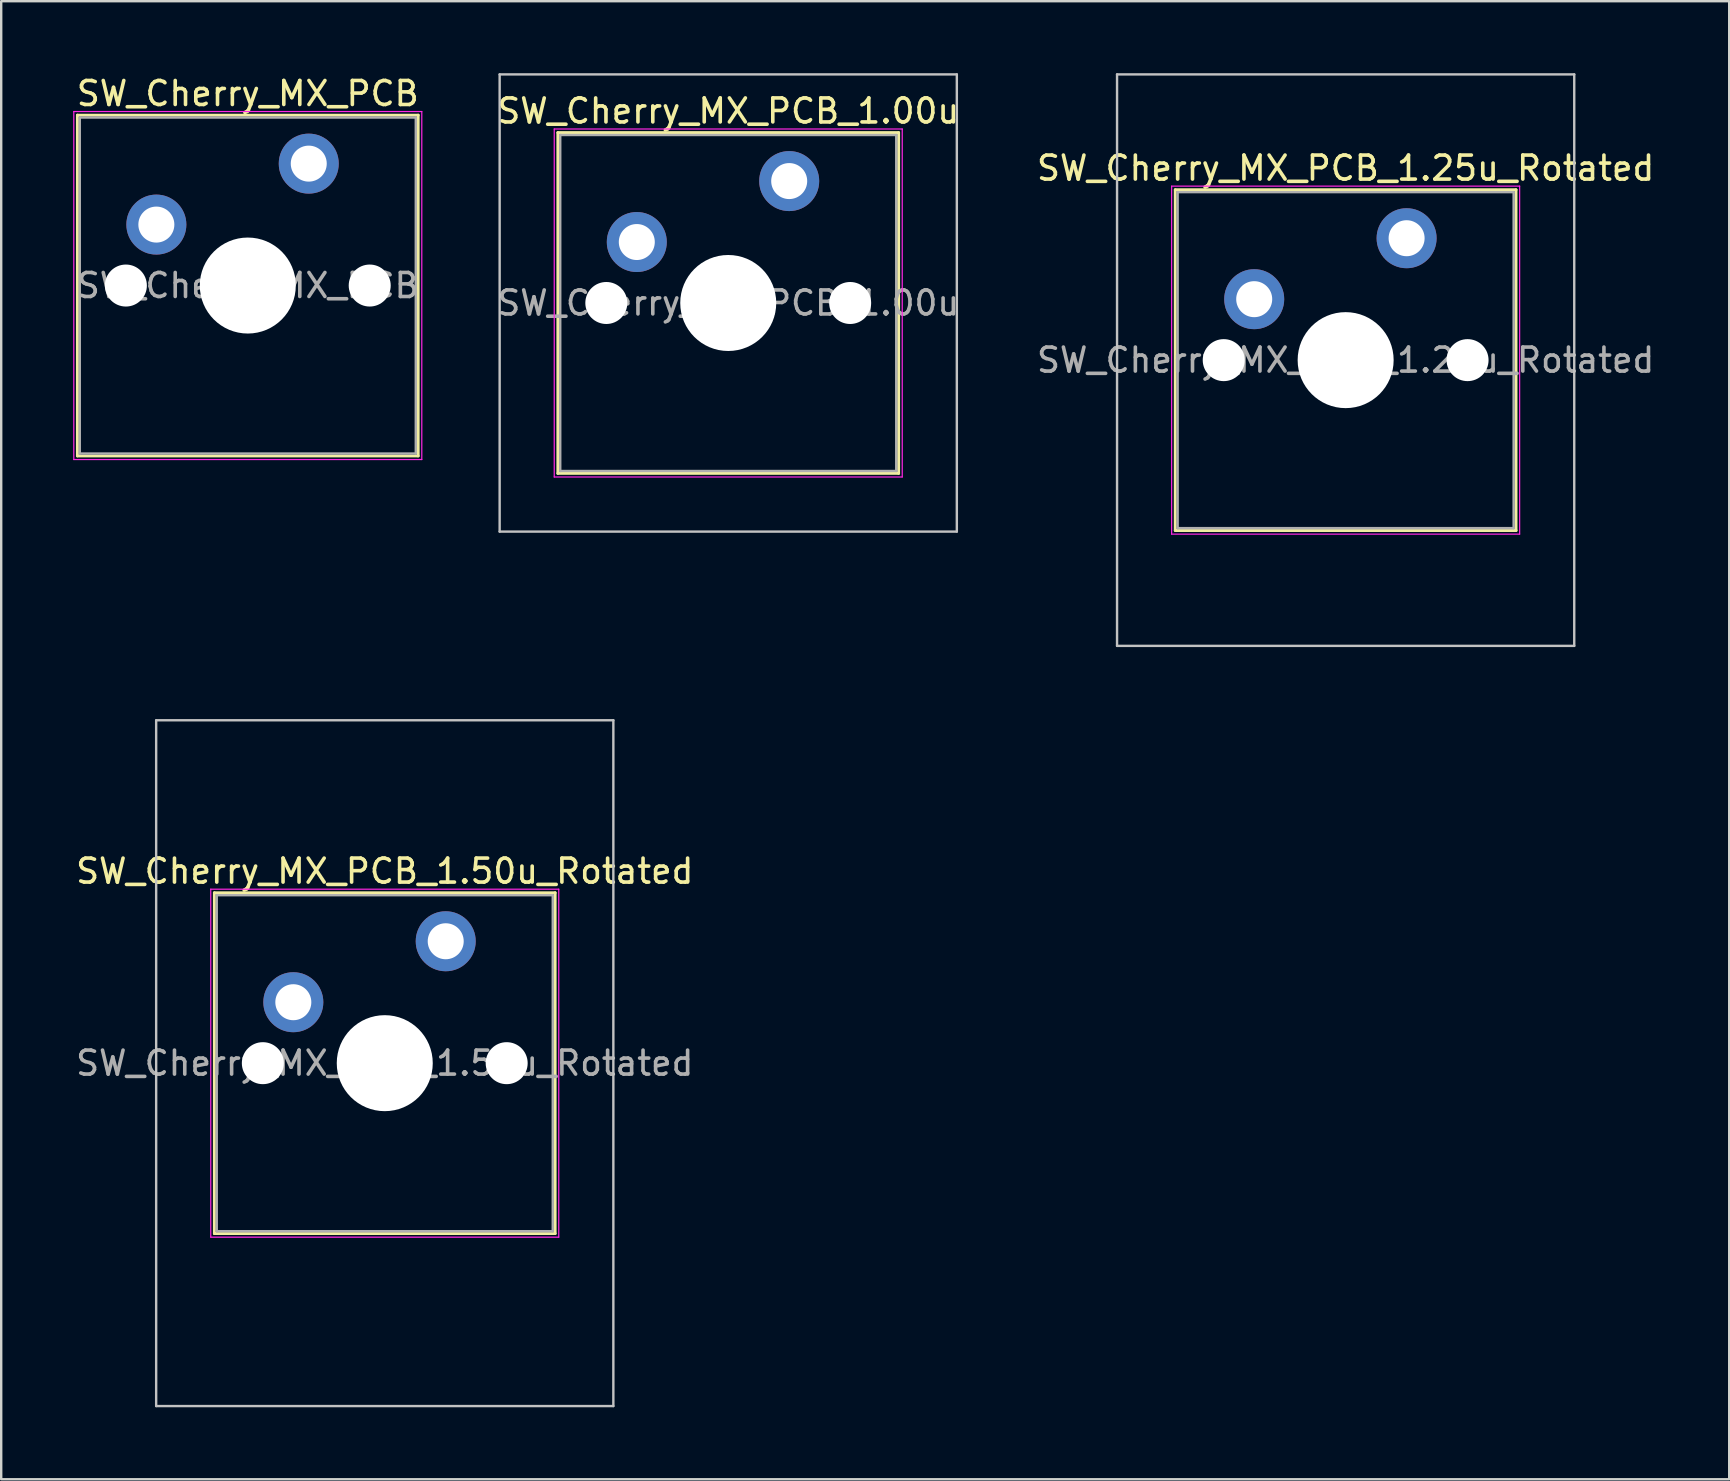
<source format=kicad_pcb>
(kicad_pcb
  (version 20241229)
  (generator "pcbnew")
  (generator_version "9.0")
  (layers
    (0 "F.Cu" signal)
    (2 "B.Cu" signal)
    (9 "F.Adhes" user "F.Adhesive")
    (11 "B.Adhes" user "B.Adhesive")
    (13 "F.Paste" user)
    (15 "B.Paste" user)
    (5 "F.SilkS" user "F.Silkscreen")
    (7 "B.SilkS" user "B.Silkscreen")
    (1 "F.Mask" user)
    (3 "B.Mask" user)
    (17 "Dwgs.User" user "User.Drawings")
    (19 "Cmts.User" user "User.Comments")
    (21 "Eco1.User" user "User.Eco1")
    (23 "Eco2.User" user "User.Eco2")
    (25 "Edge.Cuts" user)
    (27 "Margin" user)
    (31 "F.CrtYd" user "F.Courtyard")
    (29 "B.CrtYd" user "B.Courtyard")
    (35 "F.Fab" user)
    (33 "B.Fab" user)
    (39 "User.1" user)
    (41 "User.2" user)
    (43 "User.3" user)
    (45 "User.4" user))
  (footprint "SW_Cherry_MX_PCB_1.25u_Rotated"
    (layer "F.Cu")
    (at 53.02 11.956)
    (property "Reference" "SW_Cherry_MX_PCB_1.25u_Rotated" (at 0 -8 0) (layer "F.SilkS") (effects (font (size 1 1) (thickness 0.15))))
    (attr through_hole)
    (fp_line (start -7.1 -7.1) (end -7.1 7.1) (stroke (width 0.12) (type solid)) (layer "F.SilkS"))
    (fp_line (start -7.1 7.1) (end 7.1 7.1) (stroke (width 0.12) (type solid)) (layer "F.SilkS"))
    (fp_line (start 7.1 -7.1) (end -7.1 -7.1) (stroke (width 0.12) (type solid)) (layer "F.SilkS"))
    (fp_line (start 7.1 7.1) (end 7.1 -7.1) (stroke (width 0.12) (type solid)) (layer "F.SilkS"))
    (fp_line (start -9.525 -11.906) (end -9.525 11.906) (stroke (width 0.1) (type solid)) (layer "Dwgs.User"))
    (fp_line (start -9.525 11.906) (end 9.525 11.906) (stroke (width 0.1) (type solid)) (layer "Dwgs.User"))
    (fp_line (start 9.525 -11.906) (end -9.525 -11.906) (stroke (width 0.1) (type solid)) (layer "Dwgs.User"))
    (fp_line (start 9.525 11.906) (end 9.525 -11.906) (stroke (width 0.1) (type solid)) (layer "Dwgs.User"))
    (fp_line (start -7.25 -7.25) (end -7.25 7.25) (stroke (width 0.05) (type solid)) (layer "F.CrtYd"))
    (fp_line (start -7.25 7.25) (end 7.25 7.25) (stroke (width 0.05) (type solid)) (layer "F.CrtYd"))
    (fp_line (start 7.25 -7.25) (end -7.25 -7.25) (stroke (width 0.05) (type solid)) (layer "F.CrtYd"))
    (fp_line (start 7.25 7.25) (end 7.25 -7.25) (stroke (width 0.05) (type solid)) (layer "F.CrtYd"))
    (fp_line (start -7 -7) (end -7 7) (stroke (width 0.1) (type solid)) (layer "F.Fab"))
    (fp_line (start -7 7) (end 7 7) (stroke (width 0.1) (type solid)) (layer "F.Fab"))
    (fp_line (start 7 -7) (end -7 -7) (stroke (width 0.1) (type solid)) (layer "F.Fab"))
    (fp_line (start 7 7) (end 7 -7) (stroke (width 0.1) (type solid)) (layer "F.Fab"))
    (fp_text user "${REFERENCE}" (at 0 0 0) (layer "F.Fab") (effects (font (size 1 1) (thickness 0.15))))
    (pad "" np_thru_hole circle (at -5.08 0) (size 1.75 1.75) (drill 1.75) (layers "*.Cu" "*.Mask"))
    (pad "" np_thru_hole circle (at 0 0) (size 4 4) (drill 4) (layers "*.Cu" "*.Mask"))
    (pad "" np_thru_hole circle (at 5.08 0) (size 1.75 1.75) (drill 1.75) (layers "*.Cu" "*.Mask"))
    (pad "1" thru_hole circle (at -3.81 -2.54) (size 2.5 2.5) (drill 1.5) (layers "*.Cu" "B.Mask"))
    (pad "2" thru_hole circle (at 2.54 -5.08) (size 2.5 2.5) (drill 1.5) (layers "*.Cu" "B.Mask")))
  (footprint "SW_Cherry_MX_PCB"
    (layer "F.Cu")
    (at 7.275 8.848)
    (property "Reference" "SW_Cherry_MX_PCB" (at 0 -8 0) (layer "F.SilkS") (effects (font (size 1 1) (thickness 0.15))))
    (attr through_hole)
    (fp_line (start -7.1 -7.1) (end -7.1 7.1) (stroke (width 0.12) (type solid)) (layer "F.SilkS"))
    (fp_line (start -7.1 7.1) (end 7.1 7.1) (stroke (width 0.12) (type solid)) (layer "F.SilkS"))
    (fp_line (start 7.1 -7.1) (end -7.1 -7.1) (stroke (width 0.12) (type solid)) (layer "F.SilkS"))
    (fp_line (start 7.1 7.1) (end 7.1 -7.1) (stroke (width 0.12) (type solid)) (layer "F.SilkS"))
    (fp_line (start -7.25 -7.25) (end -7.25 7.25) (stroke (width 0.05) (type solid)) (layer "F.CrtYd"))
    (fp_line (start -7.25 7.25) (end 7.25 7.25) (stroke (width 0.05) (type solid)) (layer "F.CrtYd"))
    (fp_line (start 7.25 -7.25) (end -7.25 -7.25) (stroke (width 0.05) (type solid)) (layer "F.CrtYd"))
    (fp_line (start 7.25 7.25) (end 7.25 -7.25) (stroke (width 0.05) (type solid)) (layer "F.CrtYd"))
    (fp_line (start -7 -7) (end -7 7) (stroke (width 0.1) (type solid)) (layer "F.Fab"))
    (fp_line (start -7 7) (end 7 7) (stroke (width 0.1) (type solid)) (layer "F.Fab"))
    (fp_line (start 7 -7) (end -7 -7) (stroke (width 0.1) (type solid)) (layer "F.Fab"))
    (fp_line (start 7 7) (end 7 -7) (stroke (width 0.1) (type solid)) (layer "F.Fab"))
    (fp_text user "${REFERENCE}" (at 0 0 0) (layer "F.Fab") (effects (font (size 1 1) (thickness 0.15))))
    (pad "" np_thru_hole circle (at -5.08 0) (size 1.75 1.75) (drill 1.75) (layers "*.Cu" "*.Mask"))
    (pad "" np_thru_hole circle (at 0 0) (size 4 4) (drill 4) (layers "*.Cu" "*.Mask"))
    (pad "" np_thru_hole circle (at 5.08 0) (size 1.75 1.75) (drill 1.75) (layers "*.Cu" "*.Mask"))
    (pad "1" thru_hole circle (at -3.81 -2.54) (size 2.5 2.5) (drill 1.5) (layers "*.Cu" "B.Mask"))
    (pad "2" thru_hole circle (at 2.54 -5.08) (size 2.5 2.5) (drill 1.5) (layers "*.Cu" "B.Mask")))
  (footprint "SW_Cherry_MX_PCB_1.00u"
    (layer "F.Cu")
    (at 27.294 9.575)
    (property "Reference" "SW_Cherry_MX_PCB_1.00u" (at 0 -8 0) (layer "F.SilkS") (effects (font (size 1 1) (thickness 0.15))))
    (attr through_hole)
    (fp_line (start -7.1 -7.1) (end -7.1 7.1) (stroke (width 0.12) (type solid)) (layer "F.SilkS"))
    (fp_line (start -7.1 7.1) (end 7.1 7.1) (stroke (width 0.12) (type solid)) (layer "F.SilkS"))
    (fp_line (start 7.1 -7.1) (end -7.1 -7.1) (stroke (width 0.12) (type solid)) (layer "F.SilkS"))
    (fp_line (start 7.1 7.1) (end 7.1 -7.1) (stroke (width 0.12) (type solid)) (layer "F.SilkS"))
    (fp_line (start -9.525 -9.525) (end -9.525 9.525) (stroke (width 0.1) (type solid)) (layer "Dwgs.User"))
    (fp_line (start -9.525 9.525) (end 9.525 9.525) (stroke (width 0.1) (type solid)) (layer "Dwgs.User"))
    (fp_line (start 9.525 -9.525) (end -9.525 -9.525) (stroke (width 0.1) (type solid)) (layer "Dwgs.User"))
    (fp_line (start 9.525 9.525) (end 9.525 -9.525) (stroke (width 0.1) (type solid)) (layer "Dwgs.User"))
    (fp_line (start -7.25 -7.25) (end -7.25 7.25) (stroke (width 0.05) (type solid)) (layer "F.CrtYd"))
    (fp_line (start -7.25 7.25) (end 7.25 7.25) (stroke (width 0.05) (type solid)) (layer "F.CrtYd"))
    (fp_line (start 7.25 -7.25) (end -7.25 -7.25) (stroke (width 0.05) (type solid)) (layer "F.CrtYd"))
    (fp_line (start 7.25 7.25) (end 7.25 -7.25) (stroke (width 0.05) (type solid)) (layer "F.CrtYd"))
    (fp_line (start -7 -7) (end -7 7) (stroke (width 0.1) (type solid)) (layer "F.Fab"))
    (fp_line (start -7 7) (end 7 7) (stroke (width 0.1) (type solid)) (layer "F.Fab"))
    (fp_line (start 7 -7) (end -7 -7) (stroke (width 0.1) (type solid)) (layer "F.Fab"))
    (fp_line (start 7 7) (end 7 -7) (stroke (width 0.1) (type solid)) (layer "F.Fab"))
    (fp_text user "${REFERENCE}" (at 0 0 0) (layer "F.Fab") (effects (font (size 1 1) (thickness 0.15))))
    (pad "" np_thru_hole circle (at -5.08 0) (size 1.75 1.75) (drill 1.75) (layers "*.Cu" "*.Mask"))
    (pad "" np_thru_hole circle (at 0 0) (size 4 4) (drill 4) (layers "*.Cu" "*.Mask"))
    (pad "" np_thru_hole circle (at 5.08 0) (size 1.75 1.75) (drill 1.75) (layers "*.Cu" "*.Mask"))
    (pad "1" thru_hole circle (at -3.81 -2.54) (size 2.5 2.5) (drill 1.5) (layers "*.Cu" "B.Mask"))
    (pad "2" thru_hole circle (at 2.54 -5.08) (size 2.5 2.5) (drill 1.5) (layers "*.Cu" "B.Mask")))
  (footprint "SW_Cherry_MX_PCB_1.50u_Rotated"
    (layer "F.Cu")
    (at 12.982 41.25)
    (property "Reference" "SW_Cherry_MX_PCB_1.50u_Rotated" (at 0 -8 0) (layer "F.SilkS") (effects (font (size 1 1) (thickness 0.15))))
    (attr through_hole)
    (fp_line (start -7.1 -7.1) (end -7.1 7.1) (stroke (width 0.12) (type solid)) (layer "F.SilkS"))
    (fp_line (start -7.1 7.1) (end 7.1 7.1) (stroke (width 0.12) (type solid)) (layer "F.SilkS"))
    (fp_line (start 7.1 -7.1) (end -7.1 -7.1) (stroke (width 0.12) (type solid)) (layer "F.SilkS"))
    (fp_line (start 7.1 7.1) (end 7.1 -7.1) (stroke (width 0.12) (type solid)) (layer "F.SilkS"))
    (fp_line (start -9.525 -14.287) (end -9.525 14.287) (stroke (width 0.1) (type solid)) (layer "Dwgs.User"))
    (fp_line (start -9.525 14.287) (end 9.525 14.287) (stroke (width 0.1) (type solid)) (layer "Dwgs.User"))
    (fp_line (start 9.525 -14.287) (end -9.525 -14.287) (stroke (width 0.1) (type solid)) (layer "Dwgs.User"))
    (fp_line (start 9.525 14.287) (end 9.525 -14.287) (stroke (width 0.1) (type solid)) (layer "Dwgs.User"))
    (fp_line (start -7.25 -7.25) (end -7.25 7.25) (stroke (width 0.05) (type solid)) (layer "F.CrtYd"))
    (fp_line (start -7.25 7.25) (end 7.25 7.25) (stroke (width 0.05) (type solid)) (layer "F.CrtYd"))
    (fp_line (start 7.25 -7.25) (end -7.25 -7.25) (stroke (width 0.05) (type solid)) (layer "F.CrtYd"))
    (fp_line (start 7.25 7.25) (end 7.25 -7.25) (stroke (width 0.05) (type solid)) (layer "F.CrtYd"))
    (fp_line (start -7 -7) (end -7 7) (stroke (width 0.1) (type solid)) (layer "F.Fab"))
    (fp_line (start -7 7) (end 7 7) (stroke (width 0.1) (type solid)) (layer "F.Fab"))
    (fp_line (start 7 -7) (end -7 -7) (stroke (width 0.1) (type solid)) (layer "F.Fab"))
    (fp_line (start 7 7) (end 7 -7) (stroke (width 0.1) (type solid)) (layer "F.Fab"))
    (fp_text user "${REFERENCE}" (at 0 0 0) (layer "F.Fab") (effects (font (size 1 1) (thickness 0.15))))
    (pad "" np_thru_hole circle (at -5.08 0) (size 1.75 1.75) (drill 1.75) (layers "*.Cu" "*.Mask"))
    (pad "" np_thru_hole circle (at 0 0) (size 4 4) (drill 4) (layers "*.Cu" "*.Mask"))
    (pad "" np_thru_hole circle (at 5.08 0) (size 1.75 1.75) (drill 1.75) (layers "*.Cu" "*.Mask"))
    (pad "1" thru_hole circle (at -3.81 -2.54) (size 2.5 2.5) (drill 1.5) (layers "*.Cu" "B.Mask"))
    (pad "2" thru_hole circle (at 2.54 -5.08) (size 2.5 2.5) (drill 1.5) (layers "*.Cu" "B.Mask")))
  (gr_rect
    (start -3 -3)
    (end 69.002 58.587)
    (stroke (width 0.1) (type default))
    (fill no)
    (layer "Edge.Cuts")))
</source>
